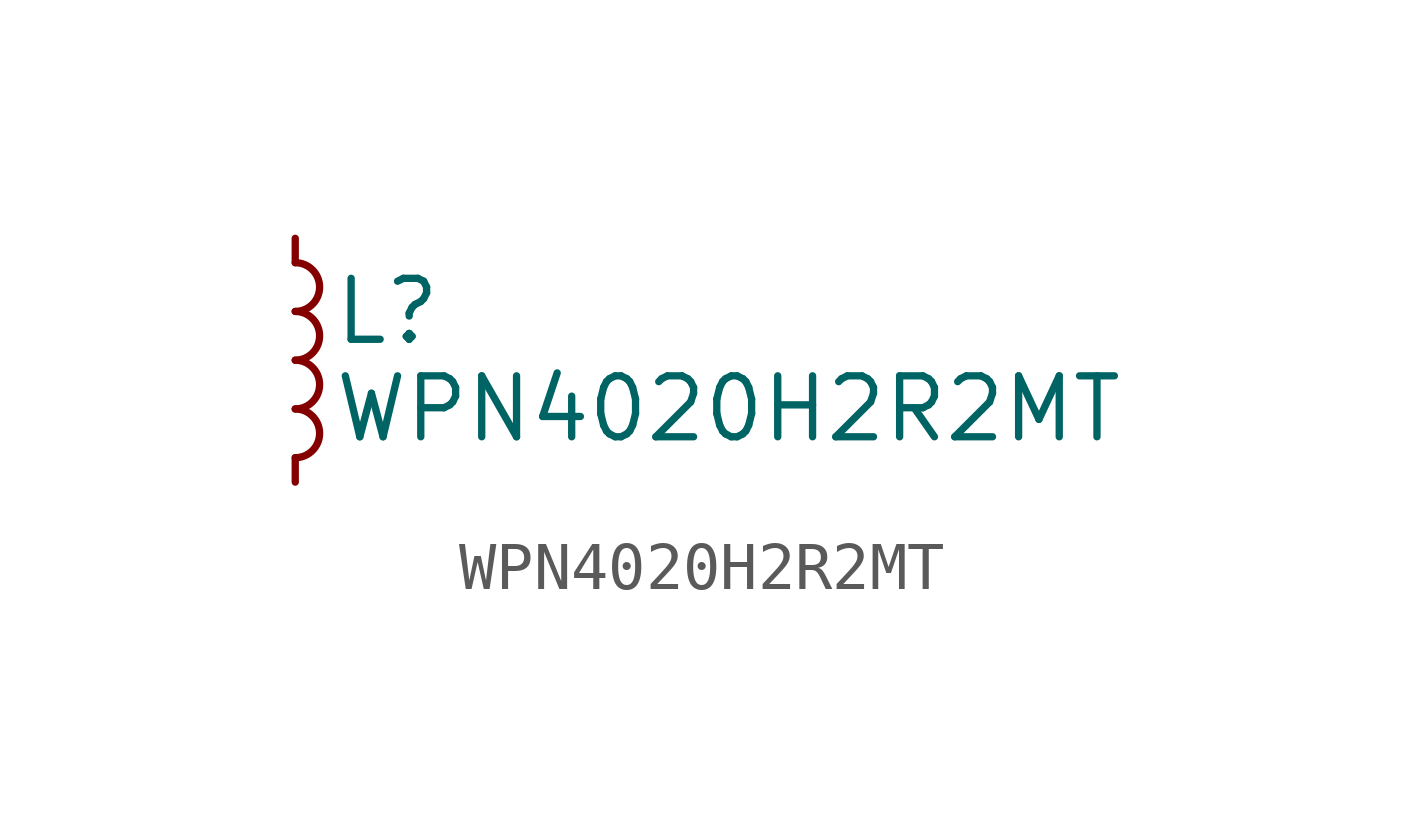
<source format=kicad_sym>
(kicad_symbol_lib
  (version 20241209)
  (generator "kicad_symbol_editor")
  (generator_version "9.0")
  (symbol "WPN4020H2R2MT"
    (pin_numbers
      (hide yes))
    (pin_names
      (offset 0.254)
      (hide yes))
    (property "Reference" "L"
      (at 0.762 1.016 0)
      (effects (font (size 1.27 1.27)) (justify left)))
    (property "Value" "WPN4020H2R2MT"
      (at 0.762 -1.016 0)
      (effects (font (size 1.27 1.27)) (justify left)))
    (symbol "WPN4020H2R2MT_0_1"
      (arc (start 0 2.032) (mid 0.5058 1.524) (end 0 1.016) (stroke (width 0) (type default)) (fill (type none)))
      (arc (start 0 1.016) (mid 0.5058 0.508) (end 0 0) (stroke (width 0) (type default)) (fill (type none)))
      (arc (start 0 0) (mid 0.5058 -0.508) (end 0 -1.016) (stroke (width 0) (type default)) (fill (type none)))
      (arc (start 0 -1.016) (mid 0.5058 -1.524) (end 0 -2.032) (stroke (width 0) (type default)) (fill (type none))))
    (symbol "WPN4020H2R2MT_1_1"
      (pin passive line (at 0 2.54 270) (length 0.508) (name "~" (effects (font (size 1.27 1.27)))) (number "1" (effects (font (size 1.27 1.27)))))
      (pin passive line (at 0 -2.54 90) (length 0.508) (name "~" (effects (font (size 1.27 1.27)))) (number "2" (effects (font (size 1.27 1.27))))))))
</source>
